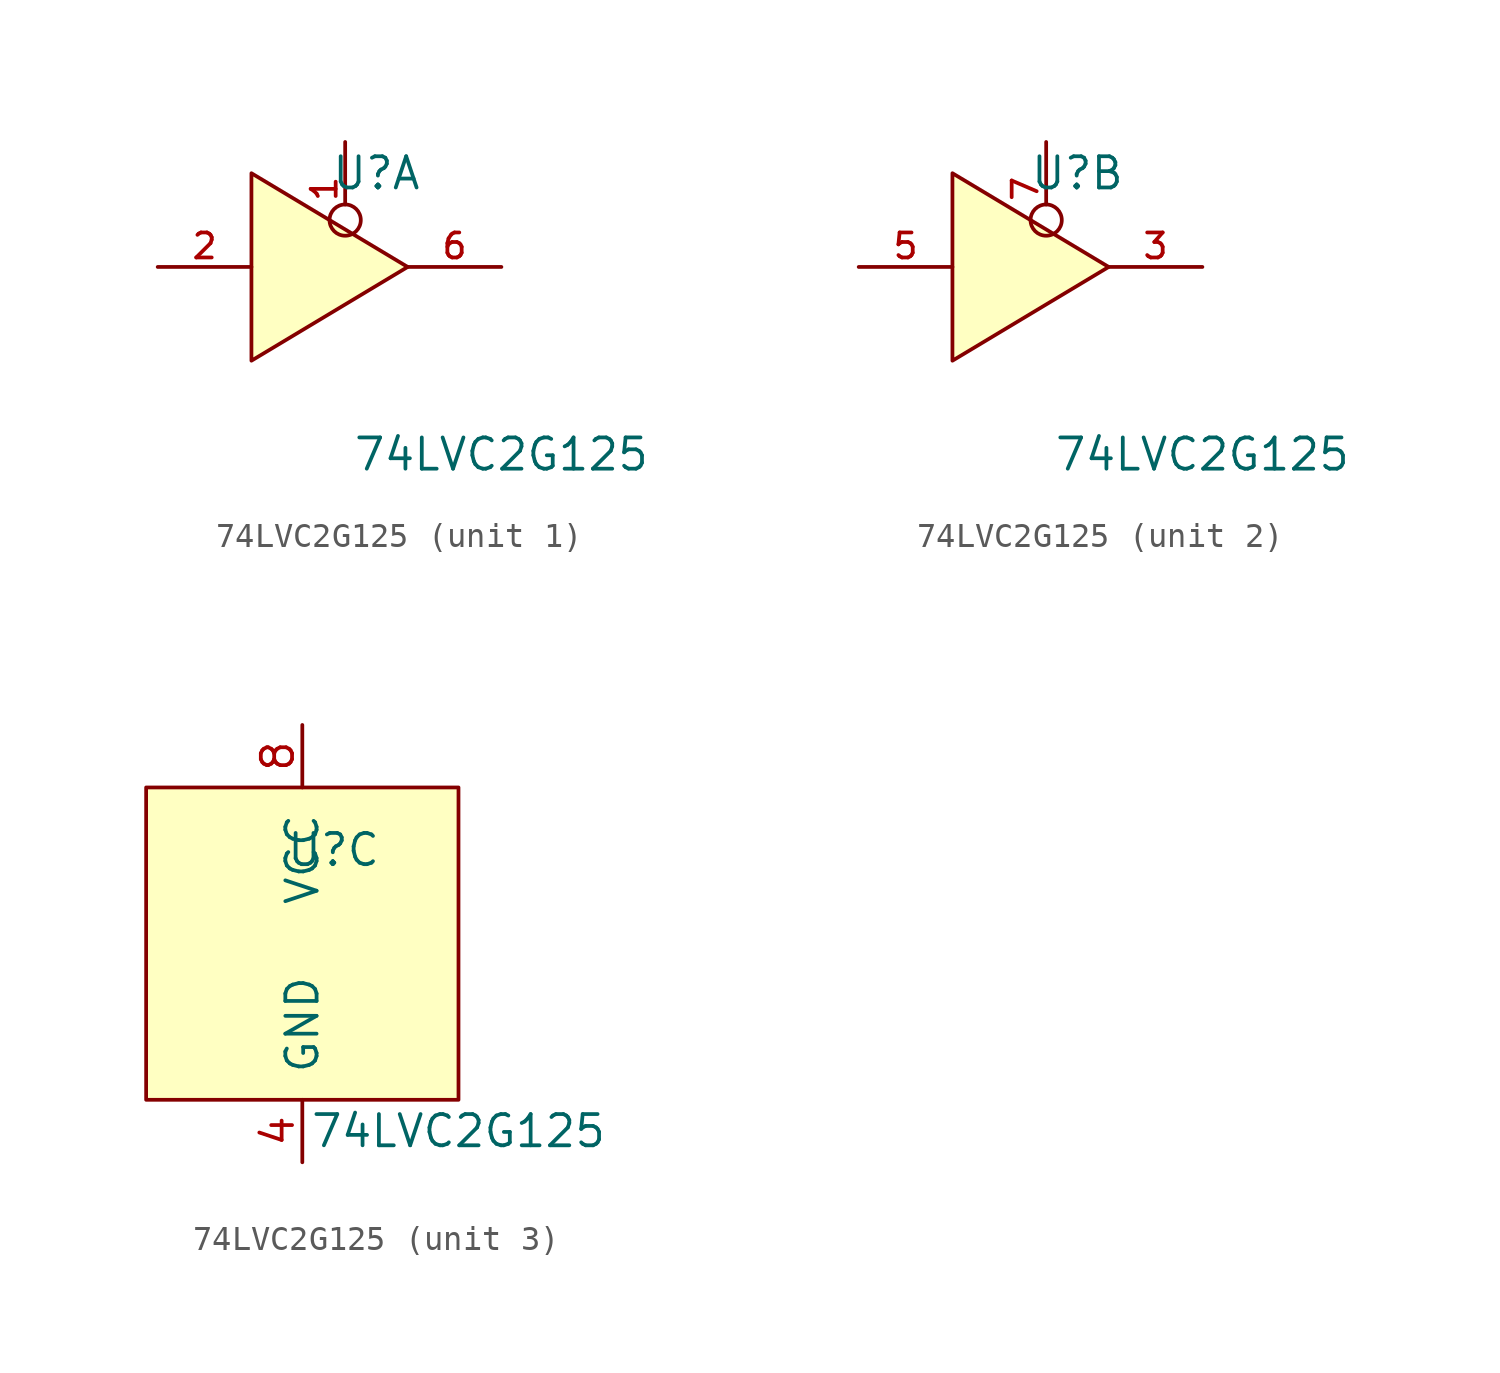
<source format=kicad_sym>
(kicad_symbol_lib
  (version 20211014)
  (generator kicad_symbol_editor)
  (symbol "74LVC2G125"
    (pin_names
      (offset 1.016))
    (property "Reference" "U"
      (at 1.27 3.81 0)
      (effects (font (size 1.27 1.27))))
    (property "Value" "74LVC2G125"
      (at 6.35 -7.62 0)
      (effects (font (size 1.27 1.27))))
    (property "ki_locked" ""
      (at 0 0 0)
      (effects (font (size 1.27 1.27))))
    (symbol "74LVC2G125_1_1"
      (polyline (pts (xy 2.54 0) (xy -3.81 3.81) (xy -3.81 -3.81) (xy 2.54 0)) (stroke (width 0.152) (type default) (color 0 0 0 0)) (fill (type background)))
      (pin input inverted (at 0 5.08 270) (length 3.81) (name "~" (effects (font (size 1.016 1.016)))) (number "1" (effects (font (size 1.016 1.016)))))
      (pin input line (at -7.62 0 0) (length 3.81) (name "~" (effects (font (size 1.016 1.016)))) (number "2" (effects (font (size 1.016 1.016)))))
      (pin tri_state line (at 6.35 0 180) (length 3.81) (name "~" (effects (font (size 1.016 1.016)))) (number "6" (effects (font (size 1.016 1.016))))))
    (symbol "74LVC2G125_2_1"
      (polyline (pts (xy 2.54 0) (xy -3.81 3.81) (xy -3.81 -3.81) (xy 2.54 0)) (stroke (width 0.152) (type default) (color 0 0 0 0)) (fill (type background)))
      (pin tri_state line (at 6.35 0 180) (length 3.81) (name "~" (effects (font (size 1.016 1.016)))) (number "3" (effects (font (size 1.016 1.016)))))
      (pin input line (at -7.62 0 0) (length 3.81) (name "~" (effects (font (size 1.016 1.016)))) (number "5" (effects (font (size 1.016 1.016)))))
      (pin input inverted (at 0 5.08 270) (length 3.81) (name "~" (effects (font (size 1.016 1.016)))) (number "7" (effects (font (size 1.016 1.016))))))
    (symbol "74LVC2G125_3_1"
      (rectangle (start -6.35 6.35) (end 6.35 -6.35) (stroke (width 0.152) (type default) (color 0 0 0 0)) (fill (type background)))
      (pin power_in line (at 0 -8.89 90) (length 2.54) (name "GND" (effects (font (size 1.27 1.27)))) (number "4" (effects (font (size 1.27 1.27)))))
      (pin power_in line (at 0 8.89 270) (length 2.54) (name "VCC" (effects (font (size 1.27 1.27)))) (number "8" (effects (font (size 1.27 1.27))))))))
</source>
